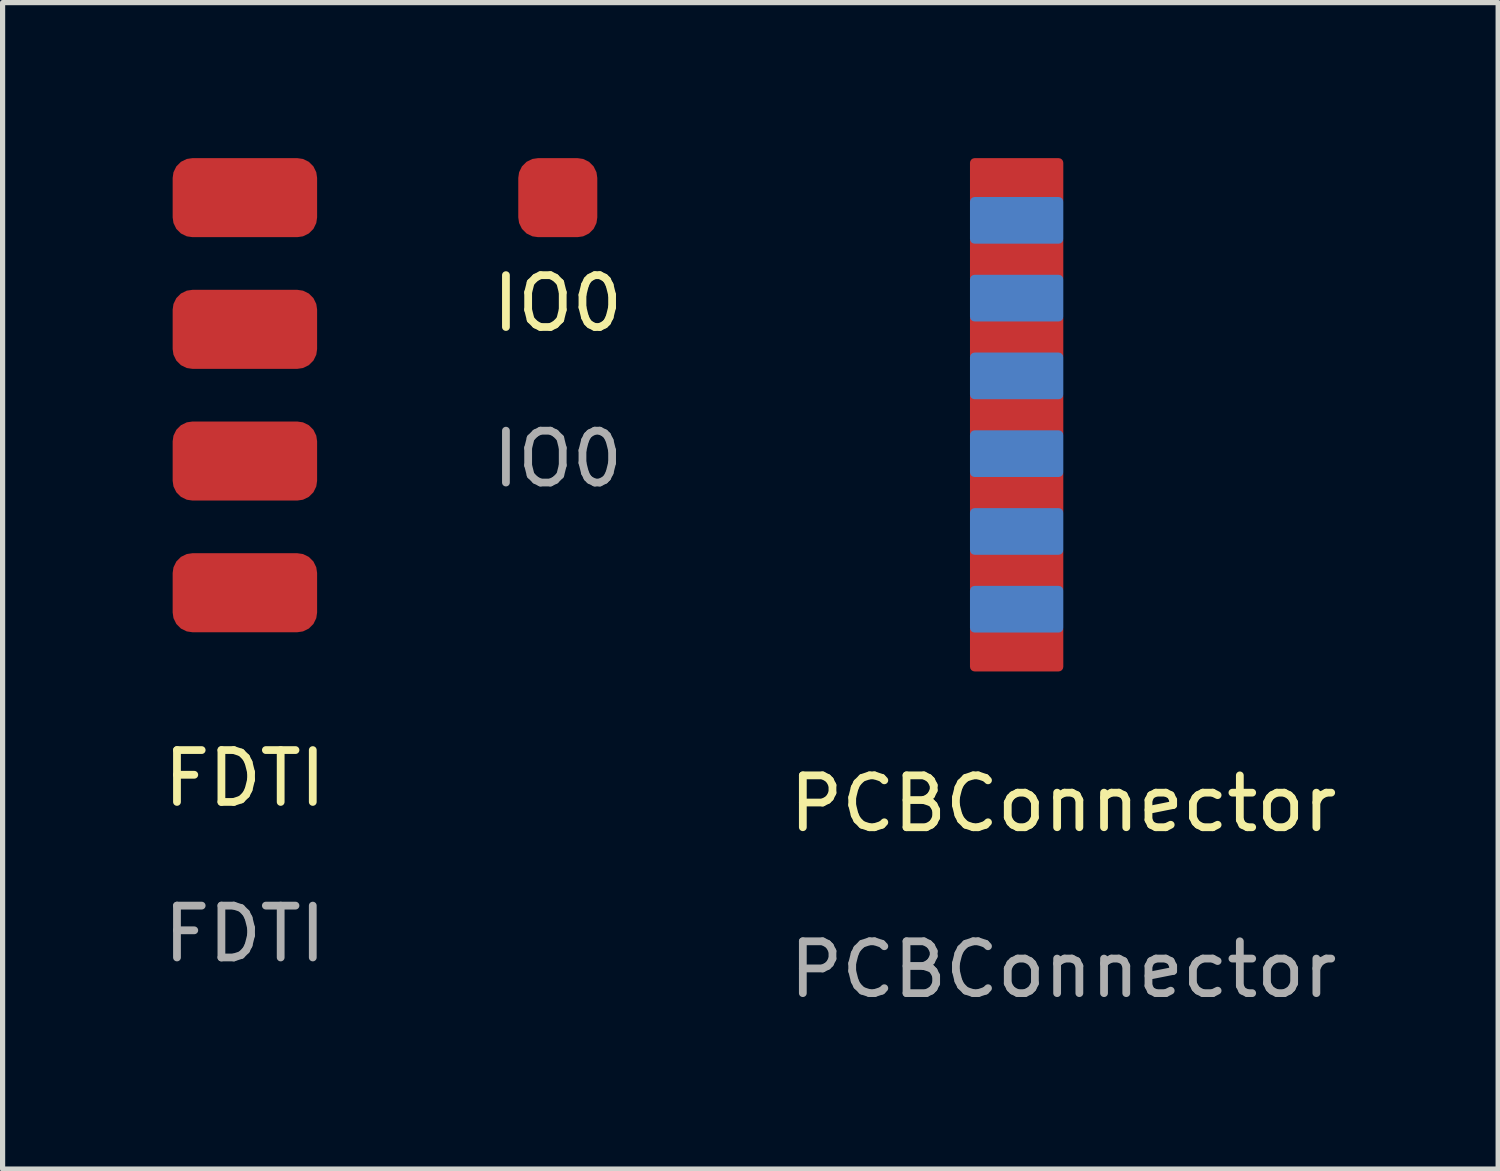
<source format=kicad_pcb>
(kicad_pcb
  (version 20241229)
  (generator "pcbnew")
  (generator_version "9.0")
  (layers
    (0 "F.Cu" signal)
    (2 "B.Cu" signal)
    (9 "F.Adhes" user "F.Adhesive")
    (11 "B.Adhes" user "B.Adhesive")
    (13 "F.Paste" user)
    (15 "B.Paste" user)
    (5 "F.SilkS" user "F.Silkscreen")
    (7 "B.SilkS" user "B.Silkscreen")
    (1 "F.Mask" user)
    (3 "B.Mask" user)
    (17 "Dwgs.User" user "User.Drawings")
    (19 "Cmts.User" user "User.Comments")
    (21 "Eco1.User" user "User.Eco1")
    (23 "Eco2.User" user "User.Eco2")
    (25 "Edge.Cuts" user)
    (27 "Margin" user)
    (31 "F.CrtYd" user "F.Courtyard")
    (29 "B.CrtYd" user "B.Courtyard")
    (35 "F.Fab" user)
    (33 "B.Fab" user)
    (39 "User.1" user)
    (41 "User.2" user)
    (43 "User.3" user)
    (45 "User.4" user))
  (footprint "FDTI"
    (layer "F.Cu")
    (at 1.673 8.382)
    (property "Reference" "FDTI" (at 0 3.58 0) (unlocked yes) (layer "F.SilkS") (effects (font (size 1 1) (thickness 0.15))))
    (attr smd)
    (fp_text user "${REFERENCE}" (at 0 6.58 0) (unlocked yes) (layer "F.Fab") (effects (font (size 1 1) (thickness 0.15))))
    (pad "1" smd roundrect (at 0 0) (size 2.786 1.524) (layers "F.Cu" "F.Mask" "F.Paste") (roundrect_rratio 0.25))
    (pad "2" smd roundrect (at 0 -2.54) (size 2.786 1.524) (layers "F.Cu" "F.Mask" "F.Paste") (roundrect_rratio 0.25))
    (pad "3" smd roundrect (at 0 -5.08) (size 2.786 1.524) (layers "F.Cu" "F.Mask" "F.Paste") (roundrect_rratio 0.25))
    (pad "4" smd roundrect (at 0 -7.62) (size 2.786 1.524) (layers "F.Cu" "F.Mask" "F.Paste") (roundrect_rratio 0.25)))
  (footprint "PCBConnector"
    (layer "F.Cu")
    (at 17.458 9.45)
    (property "Reference" "PCBConnector" (at 0 3 0) (unlocked yes) (layer "F.SilkS") (effects (font (size 1 1) (thickness 0.15))))
    (attr smd)
    (fp_text user "${REFERENCE}" (at 0 6.2 0) (unlocked yes) (layer "F.Fab") (effects (font (size 1 1) (thickness 0.15))))
    (pad "1" smd roundrect (at -0.9 0) (size 1.8 0.9) (layers "F.Cu" "F.Mask" "F.Paste") (roundrect_rratio 0.1))
    (pad "2" smd roundrect (at -0.9 -1.5) (size 1.8 0.9) (layers "F.Cu" "F.Mask" "F.Paste") (roundrect_rratio 0.1))
    (pad "3" smd roundrect (at -0.9 -3) (size 1.8 0.9) (layers "F.Cu" "F.Mask" "F.Paste") (roundrect_rratio 0.1))
    (pad "4" smd roundrect (at -0.9 -4.5) (size 1.8 0.9) (layers "F.Cu" "F.Mask" "F.Paste") (roundrect_rratio 0.1))
    (pad "5" smd roundrect (at -0.9 -6) (size 1.8 0.9) (layers "F.Cu" "F.Mask" "F.Paste") (roundrect_rratio 0.1))
    (pad "6" smd roundrect (at -0.9 -7.5) (size 1.8 0.9) (layers "F.Cu" "F.Mask" "F.Paste") (roundrect_rratio 0.1))
    (pad "7" smd roundrect (at -0.9 -9) (size 1.8 0.9) (layers "F.Cu" "F.Mask" "F.Paste") (roundrect_rratio 0.1))
    (pad "8" smd roundrect (at -0.9 -0.75) (size 1.8 0.9) (layers "B.Cu" "B.Mask" "B.Paste") (roundrect_rratio 0.1))
    (pad "9" smd roundrect (at -0.9 -2.25) (size 1.8 0.9) (layers "B.Cu" "B.Mask" "B.Paste") (roundrect_rratio 0.1))
    (pad "10" smd roundrect (at -0.9 -3.75) (size 1.8 0.9) (layers "B.Cu" "B.Mask" "B.Paste") (roundrect_rratio 0.1))
    (pad "11" smd roundrect (at -0.9 -5.25) (size 1.8 0.9) (layers "B.Cu" "B.Mask" "B.Paste") (roundrect_rratio 0.1))
    (pad "12" smd roundrect (at -0.9 -6.75) (size 1.8 0.9) (layers "B.Cu" "B.Mask" "B.Paste") (roundrect_rratio 0.1))
    (pad "13" smd roundrect (at -0.9 -8.25) (size 1.8 0.9) (layers "B.Cu" "B.Mask" "B.Paste") (roundrect_rratio 0.1)))
  (footprint "IO0"
    (layer "F.Cu")
    (at 7.708 3.302)
    (property "Reference" "IO0" (at 0 -0.5 0) (unlocked yes) (layer "F.SilkS") (effects (font (size 1 1) (thickness 0.15))))
    (attr smd)
    (fp_text user "${REFERENCE}" (at 0 2.5 0) (unlocked yes) (layer "F.Fab") (effects (font (size 1 1) (thickness 0.15))))
    (pad "1" smd roundrect (at 0 -2.54) (size 1.524 1.524) (layers "F.Cu" "F.Mask" "F.Paste") (roundrect_rratio 0.25)))
  (gr_rect
    (start -3 -3)
    (end 25.845 19.498)
    (stroke (width 0.1) (type default))
    (fill no)
    (layer "Edge.Cuts")))
</source>
